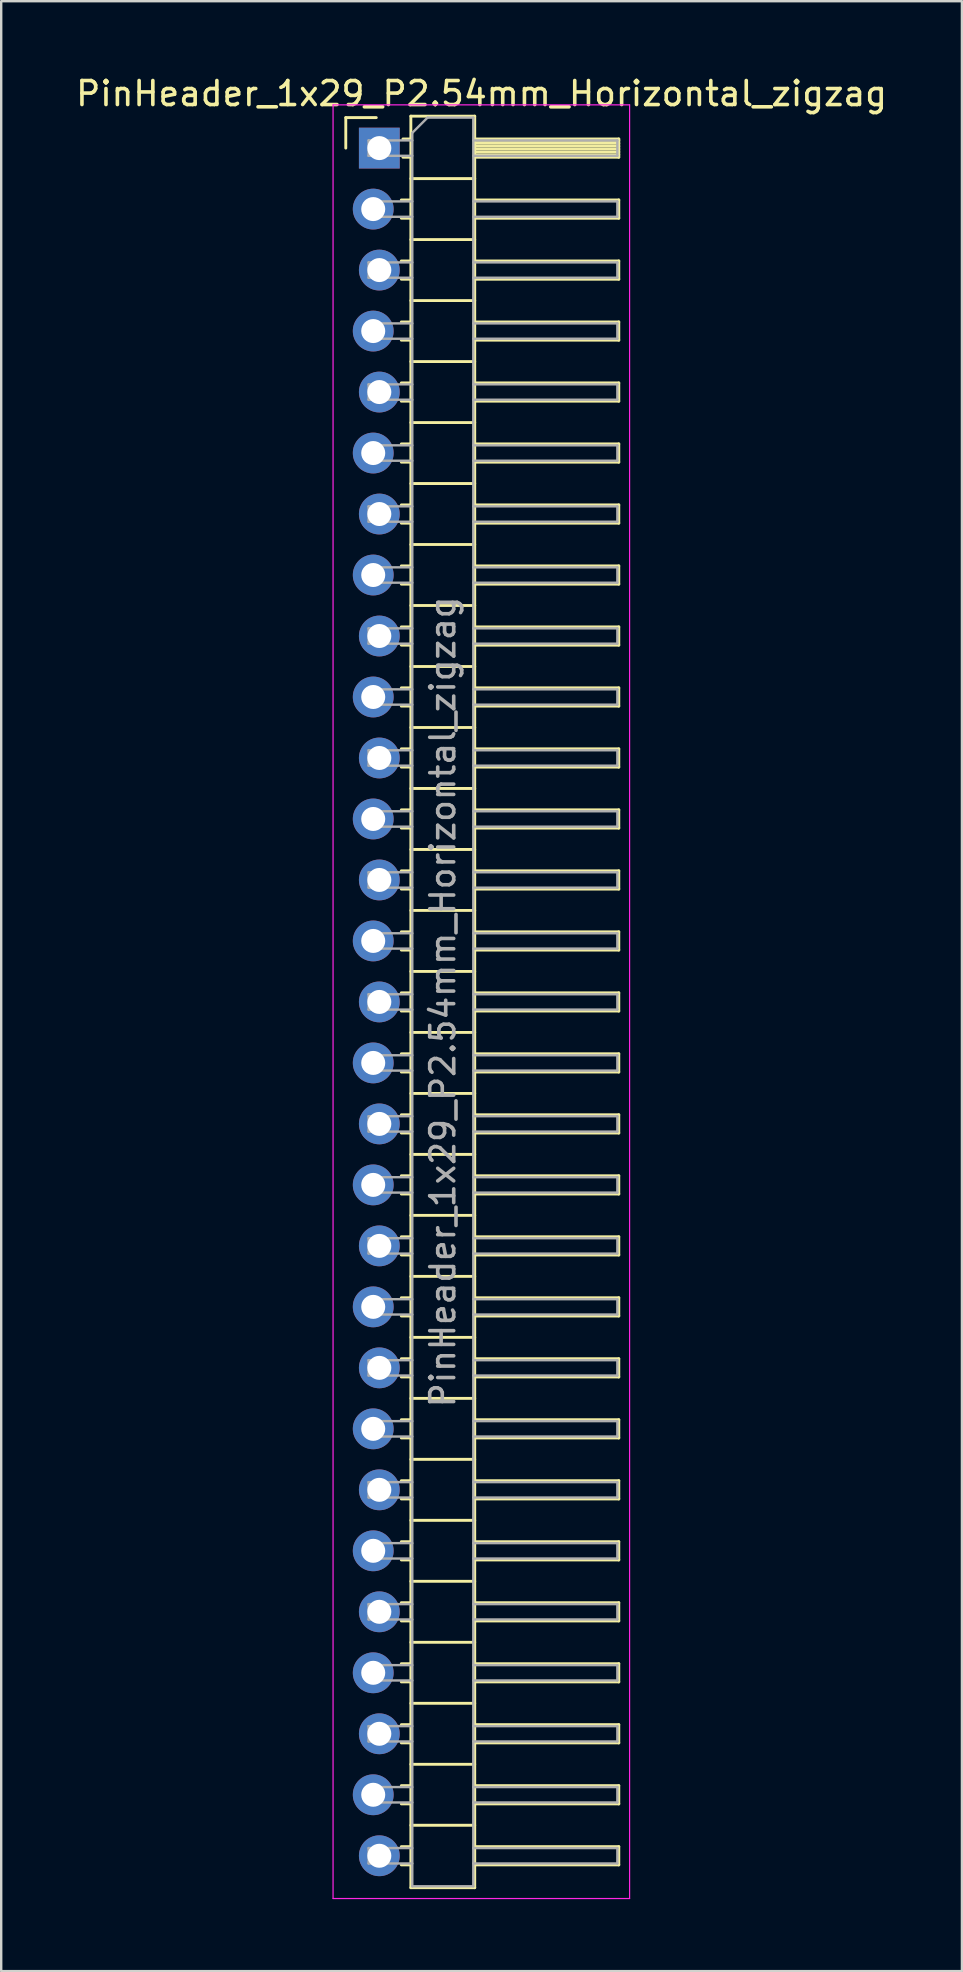
<source format=kicad_pcb>
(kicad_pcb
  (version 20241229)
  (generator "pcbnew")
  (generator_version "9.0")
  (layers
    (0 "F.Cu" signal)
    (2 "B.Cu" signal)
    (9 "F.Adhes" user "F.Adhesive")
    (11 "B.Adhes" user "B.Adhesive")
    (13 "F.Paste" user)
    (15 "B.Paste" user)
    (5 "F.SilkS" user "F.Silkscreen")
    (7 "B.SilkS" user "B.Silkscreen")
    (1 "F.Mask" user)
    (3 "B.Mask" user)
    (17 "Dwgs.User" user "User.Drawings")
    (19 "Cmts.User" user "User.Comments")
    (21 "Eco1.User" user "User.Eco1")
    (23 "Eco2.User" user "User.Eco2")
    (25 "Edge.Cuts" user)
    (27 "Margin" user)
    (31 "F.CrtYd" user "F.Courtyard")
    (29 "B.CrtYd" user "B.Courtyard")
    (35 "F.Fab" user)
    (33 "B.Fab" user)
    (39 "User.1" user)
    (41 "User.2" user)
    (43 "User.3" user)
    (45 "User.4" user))
  (footprint "PinHeader_1x29_P2.54mm_Horizontal_zigzag"
    (layer "F.Cu")
    (at 12.621 3.118)
    (property "Reference" "PinHeader_1x29_P2.54mm_Horizontal_zigzag" (at 4.385 -2.27 0) (layer "F.SilkS") (effects (font (size 1 1) (thickness 0.15))))
    (attr through_hole)
    (fp_line (start -1.27 -1.27) (end 0 -1.27) (stroke (width 0.12) (type solid)) (layer "F.SilkS"))
    (fp_line (start -1.27 0) (end -1.27 -1.27) (stroke (width 0.12) (type solid)) (layer "F.SilkS"))
    (fp_line (start 1.043 2.16) (end 1.44 2.16) (stroke (width 0.12) (type solid)) (layer "F.SilkS"))
    (fp_line (start 1.043 2.92) (end 1.44 2.92) (stroke (width 0.12) (type solid)) (layer "F.SilkS"))
    (fp_line (start 1.043 4.7) (end 1.44 4.7) (stroke (width 0.12) (type solid)) (layer "F.SilkS"))
    (fp_line (start 1.043 5.46) (end 1.44 5.46) (stroke (width 0.12) (type solid)) (layer "F.SilkS"))
    (fp_line (start 1.043 7.24) (end 1.44 7.24) (stroke (width 0.12) (type solid)) (layer "F.SilkS"))
    (fp_line (start 1.043 8) (end 1.44 8) (stroke (width 0.12) (type solid)) (layer "F.SilkS"))
    (fp_line (start 1.043 9.78) (end 1.44 9.78) (stroke (width 0.12) (type solid)) (layer "F.SilkS"))
    (fp_line (start 1.043 10.54) (end 1.44 10.54) (stroke (width 0.12) (type solid)) (layer "F.SilkS"))
    (fp_line (start 1.043 12.32) (end 1.44 12.32) (stroke (width 0.12) (type solid)) (layer "F.SilkS"))
    (fp_line (start 1.043 13.08) (end 1.44 13.08) (stroke (width 0.12) (type solid)) (layer "F.SilkS"))
    (fp_line (start 1.043 14.86) (end 1.44 14.86) (stroke (width 0.12) (type solid)) (layer "F.SilkS"))
    (fp_line (start 1.043 15.62) (end 1.44 15.62) (stroke (width 0.12) (type solid)) (layer "F.SilkS"))
    (fp_line (start 1.043 17.4) (end 1.44 17.4) (stroke (width 0.12) (type solid)) (layer "F.SilkS"))
    (fp_line (start 1.043 18.16) (end 1.44 18.16) (stroke (width 0.12) (type solid)) (layer "F.SilkS"))
    (fp_line (start 1.043 19.94) (end 1.44 19.94) (stroke (width 0.12) (type solid)) (layer "F.SilkS"))
    (fp_line (start 1.043 20.7) (end 1.44 20.7) (stroke (width 0.12) (type solid)) (layer "F.SilkS"))
    (fp_line (start 1.043 22.48) (end 1.44 22.48) (stroke (width 0.12) (type solid)) (layer "F.SilkS"))
    (fp_line (start 1.043 23.24) (end 1.44 23.24) (stroke (width 0.12) (type solid)) (layer "F.SilkS"))
    (fp_line (start 1.043 25.02) (end 1.44 25.02) (stroke (width 0.12) (type solid)) (layer "F.SilkS"))
    (fp_line (start 1.043 25.78) (end 1.44 25.78) (stroke (width 0.12) (type solid)) (layer "F.SilkS"))
    (fp_line (start 1.043 27.56) (end 1.44 27.56) (stroke (width 0.12) (type solid)) (layer "F.SilkS"))
    (fp_line (start 1.043 28.32) (end 1.44 28.32) (stroke (width 0.12) (type solid)) (layer "F.SilkS"))
    (fp_line (start 1.043 30.1) (end 1.44 30.1) (stroke (width 0.12) (type solid)) (layer "F.SilkS"))
    (fp_line (start 1.043 30.86) (end 1.44 30.86) (stroke (width 0.12) (type solid)) (layer "F.SilkS"))
    (fp_line (start 1.043 32.64) (end 1.44 32.64) (stroke (width 0.12) (type solid)) (layer "F.SilkS"))
    (fp_line (start 1.043 33.4) (end 1.44 33.4) (stroke (width 0.12) (type solid)) (layer "F.SilkS"))
    (fp_line (start 1.043 35.18) (end 1.44 35.18) (stroke (width 0.12) (type solid)) (layer "F.SilkS"))
    (fp_line (start 1.043 35.94) (end 1.44 35.94) (stroke (width 0.12) (type solid)) (layer "F.SilkS"))
    (fp_line (start 1.043 37.72) (end 1.44 37.72) (stroke (width 0.12) (type solid)) (layer "F.SilkS"))
    (fp_line (start 1.043 38.48) (end 1.44 38.48) (stroke (width 0.12) (type solid)) (layer "F.SilkS"))
    (fp_line (start 1.043 40.26) (end 1.44 40.26) (stroke (width 0.12) (type solid)) (layer "F.SilkS"))
    (fp_line (start 1.043 41.02) (end 1.44 41.02) (stroke (width 0.12) (type solid)) (layer "F.SilkS"))
    (fp_line (start 1.043 42.8) (end 1.44 42.8) (stroke (width 0.12) (type solid)) (layer "F.SilkS"))
    (fp_line (start 1.043 43.56) (end 1.44 43.56) (stroke (width 0.12) (type solid)) (layer "F.SilkS"))
    (fp_line (start 1.043 45.34) (end 1.44 45.34) (stroke (width 0.12) (type solid)) (layer "F.SilkS"))
    (fp_line (start 1.043 46.1) (end 1.44 46.1) (stroke (width 0.12) (type solid)) (layer "F.SilkS"))
    (fp_line (start 1.043 47.88) (end 1.44 47.88) (stroke (width 0.12) (type solid)) (layer "F.SilkS"))
    (fp_line (start 1.043 48.64) (end 1.44 48.64) (stroke (width 0.12) (type solid)) (layer "F.SilkS"))
    (fp_line (start 1.043 50.42) (end 1.44 50.42) (stroke (width 0.12) (type solid)) (layer "F.SilkS"))
    (fp_line (start 1.043 51.18) (end 1.44 51.18) (stroke (width 0.12) (type solid)) (layer "F.SilkS"))
    (fp_line (start 1.043 52.96) (end 1.44 52.96) (stroke (width 0.12) (type solid)) (layer "F.SilkS"))
    (fp_line (start 1.043 53.72) (end 1.44 53.72) (stroke (width 0.12) (type solid)) (layer "F.SilkS"))
    (fp_line (start 1.043 55.5) (end 1.44 55.5) (stroke (width 0.12) (type solid)) (layer "F.SilkS"))
    (fp_line (start 1.043 56.26) (end 1.44 56.26) (stroke (width 0.12) (type solid)) (layer "F.SilkS"))
    (fp_line (start 1.043 58.04) (end 1.44 58.04) (stroke (width 0.12) (type solid)) (layer "F.SilkS"))
    (fp_line (start 1.043 58.8) (end 1.44 58.8) (stroke (width 0.12) (type solid)) (layer "F.SilkS"))
    (fp_line (start 1.043 60.58) (end 1.44 60.58) (stroke (width 0.12) (type solid)) (layer "F.SilkS"))
    (fp_line (start 1.043 61.34) (end 1.44 61.34) (stroke (width 0.12) (type solid)) (layer "F.SilkS"))
    (fp_line (start 1.043 63.12) (end 1.44 63.12) (stroke (width 0.12) (type solid)) (layer "F.SilkS"))
    (fp_line (start 1.043 63.88) (end 1.44 63.88) (stroke (width 0.12) (type solid)) (layer "F.SilkS"))
    (fp_line (start 1.043 65.66) (end 1.44 65.66) (stroke (width 0.12) (type solid)) (layer "F.SilkS"))
    (fp_line (start 1.043 66.42) (end 1.44 66.42) (stroke (width 0.12) (type solid)) (layer "F.SilkS"))
    (fp_line (start 1.043 68.2) (end 1.44 68.2) (stroke (width 0.12) (type solid)) (layer "F.SilkS"))
    (fp_line (start 1.043 68.96) (end 1.44 68.96) (stroke (width 0.12) (type solid)) (layer "F.SilkS"))
    (fp_line (start 1.043 70.74) (end 1.44 70.74) (stroke (width 0.12) (type solid)) (layer "F.SilkS"))
    (fp_line (start 1.043 71.5) (end 1.44 71.5) (stroke (width 0.12) (type solid)) (layer "F.SilkS"))
    (fp_line (start 1.11 -0.38) (end 1.44 -0.38) (stroke (width 0.12) (type solid)) (layer "F.SilkS"))
    (fp_line (start 1.11 0.38) (end 1.44 0.38) (stroke (width 0.12) (type solid)) (layer "F.SilkS"))
    (fp_line (start 1.44 -1.33) (end 1.44 72.45) (stroke (width 0.12) (type solid)) (layer "F.SilkS"))
    (fp_line (start 1.44 1.27) (end 4.1 1.27) (stroke (width 0.12) (type solid)) (layer "F.SilkS"))
    (fp_line (start 1.44 3.81) (end 4.1 3.81) (stroke (width 0.12) (type solid)) (layer "F.SilkS"))
    (fp_line (start 1.44 6.35) (end 4.1 6.35) (stroke (width 0.12) (type solid)) (layer "F.SilkS"))
    (fp_line (start 1.44 8.89) (end 4.1 8.89) (stroke (width 0.12) (type solid)) (layer "F.SilkS"))
    (fp_line (start 1.44 11.43) (end 4.1 11.43) (stroke (width 0.12) (type solid)) (layer "F.SilkS"))
    (fp_line (start 1.44 13.97) (end 4.1 13.97) (stroke (width 0.12) (type solid)) (layer "F.SilkS"))
    (fp_line (start 1.44 16.51) (end 4.1 16.51) (stroke (width 0.12) (type solid)) (layer "F.SilkS"))
    (fp_line (start 1.44 19.05) (end 4.1 19.05) (stroke (width 0.12) (type solid)) (layer "F.SilkS"))
    (fp_line (start 1.44 21.59) (end 4.1 21.59) (stroke (width 0.12) (type solid)) (layer "F.SilkS"))
    (fp_line (start 1.44 24.13) (end 4.1 24.13) (stroke (width 0.12) (type solid)) (layer "F.SilkS"))
    (fp_line (start 1.44 26.67) (end 4.1 26.67) (stroke (width 0.12) (type solid)) (layer "F.SilkS"))
    (fp_line (start 1.44 29.21) (end 4.1 29.21) (stroke (width 0.12) (type solid)) (layer "F.SilkS"))
    (fp_line (start 1.44 31.75) (end 4.1 31.75) (stroke (width 0.12) (type solid)) (layer "F.SilkS"))
    (fp_line (start 1.44 34.29) (end 4.1 34.29) (stroke (width 0.12) (type solid)) (layer "F.SilkS"))
    (fp_line (start 1.44 36.83) (end 4.1 36.83) (stroke (width 0.12) (type solid)) (layer "F.SilkS"))
    (fp_line (start 1.44 39.37) (end 4.1 39.37) (stroke (width 0.12) (type solid)) (layer "F.SilkS"))
    (fp_line (start 1.44 41.91) (end 4.1 41.91) (stroke (width 0.12) (type solid)) (layer "F.SilkS"))
    (fp_line (start 1.44 44.45) (end 4.1 44.45) (stroke (width 0.12) (type solid)) (layer "F.SilkS"))
    (fp_line (start 1.44 46.99) (end 4.1 46.99) (stroke (width 0.12) (type solid)) (layer "F.SilkS"))
    (fp_line (start 1.44 49.53) (end 4.1 49.53) (stroke (width 0.12) (type solid)) (layer "F.SilkS"))
    (fp_line (start 1.44 52.07) (end 4.1 52.07) (stroke (width 0.12) (type solid)) (layer "F.SilkS"))
    (fp_line (start 1.44 54.61) (end 4.1 54.61) (stroke (width 0.12) (type solid)) (layer "F.SilkS"))
    (fp_line (start 1.44 57.15) (end 4.1 57.15) (stroke (width 0.12) (type solid)) (layer "F.SilkS"))
    (fp_line (start 1.44 59.69) (end 4.1 59.69) (stroke (width 0.12) (type solid)) (layer "F.SilkS"))
    (fp_line (start 1.44 62.23) (end 4.1 62.23) (stroke (width 0.12) (type solid)) (layer "F.SilkS"))
    (fp_line (start 1.44 64.77) (end 4.1 64.77) (stroke (width 0.12) (type solid)) (layer "F.SilkS"))
    (fp_line (start 1.44 67.31) (end 4.1 67.31) (stroke (width 0.12) (type solid)) (layer "F.SilkS"))
    (fp_line (start 1.44 69.85) (end 4.1 69.85) (stroke (width 0.12) (type solid)) (layer "F.SilkS"))
    (fp_line (start 1.44 72.45) (end 4.1 72.45) (stroke (width 0.12) (type solid)) (layer "F.SilkS"))
    (fp_line (start 4.1 -1.33) (end 1.44 -1.33) (stroke (width 0.12) (type solid)) (layer "F.SilkS"))
    (fp_line (start 4.1 -0.38) (end 10.1 -0.38) (stroke (width 0.12) (type solid)) (layer "F.SilkS"))
    (fp_line (start 4.1 -0.32) (end 10.1 -0.32) (stroke (width 0.12) (type solid)) (layer "F.SilkS"))
    (fp_line (start 4.1 -0.2) (end 10.1 -0.2) (stroke (width 0.12) (type solid)) (layer "F.SilkS"))
    (fp_line (start 4.1 -0.08) (end 10.1 -0.08) (stroke (width 0.12) (type solid)) (layer "F.SilkS"))
    (fp_line (start 4.1 0.04) (end 10.1 0.04) (stroke (width 0.12) (type solid)) (layer "F.SilkS"))
    (fp_line (start 4.1 0.16) (end 10.1 0.16) (stroke (width 0.12) (type solid)) (layer "F.SilkS"))
    (fp_line (start 4.1 0.28) (end 10.1 0.28) (stroke (width 0.12) (type solid)) (layer "F.SilkS"))
    (fp_line (start 4.1 2.16) (end 10.1 2.16) (stroke (width 0.12) (type solid)) (layer "F.SilkS"))
    (fp_line (start 4.1 4.7) (end 10.1 4.7) (stroke (width 0.12) (type solid)) (layer "F.SilkS"))
    (fp_line (start 4.1 7.24) (end 10.1 7.24) (stroke (width 0.12) (type solid)) (layer "F.SilkS"))
    (fp_line (start 4.1 9.78) (end 10.1 9.78) (stroke (width 0.12) (type solid)) (layer "F.SilkS"))
    (fp_line (start 4.1 12.32) (end 10.1 12.32) (stroke (width 0.12) (type solid)) (layer "F.SilkS"))
    (fp_line (start 4.1 14.86) (end 10.1 14.86) (stroke (width 0.12) (type solid)) (layer "F.SilkS"))
    (fp_line (start 4.1 17.4) (end 10.1 17.4) (stroke (width 0.12) (type solid)) (layer "F.SilkS"))
    (fp_line (start 4.1 19.94) (end 10.1 19.94) (stroke (width 0.12) (type solid)) (layer "F.SilkS"))
    (fp_line (start 4.1 22.48) (end 10.1 22.48) (stroke (width 0.12) (type solid)) (layer "F.SilkS"))
    (fp_line (start 4.1 25.02) (end 10.1 25.02) (stroke (width 0.12) (type solid)) (layer "F.SilkS"))
    (fp_line (start 4.1 27.56) (end 10.1 27.56) (stroke (width 0.12) (type solid)) (layer "F.SilkS"))
    (fp_line (start 4.1 30.1) (end 10.1 30.1) (stroke (width 0.12) (type solid)) (layer "F.SilkS"))
    (fp_line (start 4.1 32.64) (end 10.1 32.64) (stroke (width 0.12) (type solid)) (layer "F.SilkS"))
    (fp_line (start 4.1 35.18) (end 10.1 35.18) (stroke (width 0.12) (type solid)) (layer "F.SilkS"))
    (fp_line (start 4.1 37.72) (end 10.1 37.72) (stroke (width 0.12) (type solid)) (layer "F.SilkS"))
    (fp_line (start 4.1 40.26) (end 10.1 40.26) (stroke (width 0.12) (type solid)) (layer "F.SilkS"))
    (fp_line (start 4.1 42.8) (end 10.1 42.8) (stroke (width 0.12) (type solid)) (layer "F.SilkS"))
    (fp_line (start 4.1 45.34) (end 10.1 45.34) (stroke (width 0.12) (type solid)) (layer "F.SilkS"))
    (fp_line (start 4.1 47.88) (end 10.1 47.88) (stroke (width 0.12) (type solid)) (layer "F.SilkS"))
    (fp_line (start 4.1 50.42) (end 10.1 50.42) (stroke (width 0.12) (type solid)) (layer "F.SilkS"))
    (fp_line (start 4.1 52.96) (end 10.1 52.96) (stroke (width 0.12) (type solid)) (layer "F.SilkS"))
    (fp_line (start 4.1 55.5) (end 10.1 55.5) (stroke (width 0.12) (type solid)) (layer "F.SilkS"))
    (fp_line (start 4.1 58.04) (end 10.1 58.04) (stroke (width 0.12) (type solid)) (layer "F.SilkS"))
    (fp_line (start 4.1 60.58) (end 10.1 60.58) (stroke (width 0.12) (type solid)) (layer "F.SilkS"))
    (fp_line (start 4.1 63.12) (end 10.1 63.12) (stroke (width 0.12) (type solid)) (layer "F.SilkS"))
    (fp_line (start 4.1 65.66) (end 10.1 65.66) (stroke (width 0.12) (type solid)) (layer "F.SilkS"))
    (fp_line (start 4.1 68.2) (end 10.1 68.2) (stroke (width 0.12) (type solid)) (layer "F.SilkS"))
    (fp_line (start 4.1 70.74) (end 10.1 70.74) (stroke (width 0.12) (type solid)) (layer "F.SilkS"))
    (fp_line (start 4.1 72.45) (end 4.1 -1.33) (stroke (width 0.12) (type solid)) (layer "F.SilkS"))
    (fp_line (start 10.1 -0.38) (end 10.1 0.38) (stroke (width 0.12) (type solid)) (layer "F.SilkS"))
    (fp_line (start 10.1 0.38) (end 4.1 0.38) (stroke (width 0.12) (type solid)) (layer "F.SilkS"))
    (fp_line (start 10.1 2.16) (end 10.1 2.92) (stroke (width 0.12) (type solid)) (layer "F.SilkS"))
    (fp_line (start 10.1 2.92) (end 4.1 2.92) (stroke (width 0.12) (type solid)) (layer "F.SilkS"))
    (fp_line (start 10.1 4.7) (end 10.1 5.46) (stroke (width 0.12) (type solid)) (layer "F.SilkS"))
    (fp_line (start 10.1 5.46) (end 4.1 5.46) (stroke (width 0.12) (type solid)) (layer "F.SilkS"))
    (fp_line (start 10.1 7.24) (end 10.1 8) (stroke (width 0.12) (type solid)) (layer "F.SilkS"))
    (fp_line (start 10.1 8) (end 4.1 8) (stroke (width 0.12) (type solid)) (layer "F.SilkS"))
    (fp_line (start 10.1 9.78) (end 10.1 10.54) (stroke (width 0.12) (type solid)) (layer "F.SilkS"))
    (fp_line (start 10.1 10.54) (end 4.1 10.54) (stroke (width 0.12) (type solid)) (layer "F.SilkS"))
    (fp_line (start 10.1 12.32) (end 10.1 13.08) (stroke (width 0.12) (type solid)) (layer "F.SilkS"))
    (fp_line (start 10.1 13.08) (end 4.1 13.08) (stroke (width 0.12) (type solid)) (layer "F.SilkS"))
    (fp_line (start 10.1 14.86) (end 10.1 15.62) (stroke (width 0.12) (type solid)) (layer "F.SilkS"))
    (fp_line (start 10.1 15.62) (end 4.1 15.62) (stroke (width 0.12) (type solid)) (layer "F.SilkS"))
    (fp_line (start 10.1 17.4) (end 10.1 18.16) (stroke (width 0.12) (type solid)) (layer "F.SilkS"))
    (fp_line (start 10.1 18.16) (end 4.1 18.16) (stroke (width 0.12) (type solid)) (layer "F.SilkS"))
    (fp_line (start 10.1 19.94) (end 10.1 20.7) (stroke (width 0.12) (type solid)) (layer "F.SilkS"))
    (fp_line (start 10.1 20.7) (end 4.1 20.7) (stroke (width 0.12) (type solid)) (layer "F.SilkS"))
    (fp_line (start 10.1 22.48) (end 10.1 23.24) (stroke (width 0.12) (type solid)) (layer "F.SilkS"))
    (fp_line (start 10.1 23.24) (end 4.1 23.24) (stroke (width 0.12) (type solid)) (layer "F.SilkS"))
    (fp_line (start 10.1 25.02) (end 10.1 25.78) (stroke (width 0.12) (type solid)) (layer "F.SilkS"))
    (fp_line (start 10.1 25.78) (end 4.1 25.78) (stroke (width 0.12) (type solid)) (layer "F.SilkS"))
    (fp_line (start 10.1 27.56) (end 10.1 28.32) (stroke (width 0.12) (type solid)) (layer "F.SilkS"))
    (fp_line (start 10.1 28.32) (end 4.1 28.32) (stroke (width 0.12) (type solid)) (layer "F.SilkS"))
    (fp_line (start 10.1 30.1) (end 10.1 30.86) (stroke (width 0.12) (type solid)) (layer "F.SilkS"))
    (fp_line (start 10.1 30.86) (end 4.1 30.86) (stroke (width 0.12) (type solid)) (layer "F.SilkS"))
    (fp_line (start 10.1 32.64) (end 10.1 33.4) (stroke (width 0.12) (type solid)) (layer "F.SilkS"))
    (fp_line (start 10.1 33.4) (end 4.1 33.4) (stroke (width 0.12) (type solid)) (layer "F.SilkS"))
    (fp_line (start 10.1 35.18) (end 10.1 35.94) (stroke (width 0.12) (type solid)) (layer "F.SilkS"))
    (fp_line (start 10.1 35.94) (end 4.1 35.94) (stroke (width 0.12) (type solid)) (layer "F.SilkS"))
    (fp_line (start 10.1 37.72) (end 10.1 38.48) (stroke (width 0.12) (type solid)) (layer "F.SilkS"))
    (fp_line (start 10.1 38.48) (end 4.1 38.48) (stroke (width 0.12) (type solid)) (layer "F.SilkS"))
    (fp_line (start 10.1 40.26) (end 10.1 41.02) (stroke (width 0.12) (type solid)) (layer "F.SilkS"))
    (fp_line (start 10.1 41.02) (end 4.1 41.02) (stroke (width 0.12) (type solid)) (layer "F.SilkS"))
    (fp_line (start 10.1 42.8) (end 10.1 43.56) (stroke (width 0.12) (type solid)) (layer "F.SilkS"))
    (fp_line (start 10.1 43.56) (end 4.1 43.56) (stroke (width 0.12) (type solid)) (layer "F.SilkS"))
    (fp_line (start 10.1 45.34) (end 10.1 46.1) (stroke (width 0.12) (type solid)) (layer "F.SilkS"))
    (fp_line (start 10.1 46.1) (end 4.1 46.1) (stroke (width 0.12) (type solid)) (layer "F.SilkS"))
    (fp_line (start 10.1 47.88) (end 10.1 48.64) (stroke (width 0.12) (type solid)) (layer "F.SilkS"))
    (fp_line (start 10.1 48.64) (end 4.1 48.64) (stroke (width 0.12) (type solid)) (layer "F.SilkS"))
    (fp_line (start 10.1 50.42) (end 10.1 51.18) (stroke (width 0.12) (type solid)) (layer "F.SilkS"))
    (fp_line (start 10.1 51.18) (end 4.1 51.18) (stroke (width 0.12) (type solid)) (layer "F.SilkS"))
    (fp_line (start 10.1 52.96) (end 10.1 53.72) (stroke (width 0.12) (type solid)) (layer "F.SilkS"))
    (fp_line (start 10.1 53.72) (end 4.1 53.72) (stroke (width 0.12) (type solid)) (layer "F.SilkS"))
    (fp_line (start 10.1 55.5) (end 10.1 56.26) (stroke (width 0.12) (type solid)) (layer "F.SilkS"))
    (fp_line (start 10.1 56.26) (end 4.1 56.26) (stroke (width 0.12) (type solid)) (layer "F.SilkS"))
    (fp_line (start 10.1 58.04) (end 10.1 58.8) (stroke (width 0.12) (type solid)) (layer "F.SilkS"))
    (fp_line (start 10.1 58.8) (end 4.1 58.8) (stroke (width 0.12) (type solid)) (layer "F.SilkS"))
    (fp_line (start 10.1 60.58) (end 10.1 61.34) (stroke (width 0.12) (type solid)) (layer "F.SilkS"))
    (fp_line (start 10.1 61.34) (end 4.1 61.34) (stroke (width 0.12) (type solid)) (layer "F.SilkS"))
    (fp_line (start 10.1 63.12) (end 10.1 63.88) (stroke (width 0.12) (type solid)) (layer "F.SilkS"))
    (fp_line (start 10.1 63.88) (end 4.1 63.88) (stroke (width 0.12) (type solid)) (layer "F.SilkS"))
    (fp_line (start 10.1 65.66) (end 10.1 66.42) (stroke (width 0.12) (type solid)) (layer "F.SilkS"))
    (fp_line (start 10.1 66.42) (end 4.1 66.42) (stroke (width 0.12) (type solid)) (layer "F.SilkS"))
    (fp_line (start 10.1 68.2) (end 10.1 68.96) (stroke (width 0.12) (type solid)) (layer "F.SilkS"))
    (fp_line (start 10.1 68.96) (end 4.1 68.96) (stroke (width 0.12) (type solid)) (layer "F.SilkS"))
    (fp_line (start 10.1 70.74) (end 10.1 71.5) (stroke (width 0.12) (type solid)) (layer "F.SilkS"))
    (fp_line (start 10.1 71.5) (end 4.1 71.5) (stroke (width 0.12) (type solid)) (layer "F.SilkS"))
    (fp_line (start -1.8 -1.8) (end -1.8 72.9) (stroke (width 0.05) (type solid)) (layer "F.CrtYd"))
    (fp_line (start -1.8 72.9) (end 10.55 72.9) (stroke (width 0.05) (type solid)) (layer "F.CrtYd"))
    (fp_line (start 10.55 -1.8) (end -1.8 -1.8) (stroke (width 0.05) (type solid)) (layer "F.CrtYd"))
    (fp_line (start 10.55 72.9) (end 10.55 -1.8) (stroke (width 0.05) (type solid)) (layer "F.CrtYd"))
    (fp_line (start -0.32 -0.32) (end -0.32 0.32) (stroke (width 0.1) (type solid)) (layer "F.Fab"))
    (fp_line (start -0.32 -0.32) (end 1.5 -0.32) (stroke (width 0.1) (type solid)) (layer "F.Fab"))
    (fp_line (start -0.32 0.32) (end 1.5 0.32) (stroke (width 0.1) (type solid)) (layer "F.Fab"))
    (fp_line (start -0.32 2.22) (end -0.32 2.86) (stroke (width 0.1) (type solid)) (layer "F.Fab"))
    (fp_line (start -0.32 2.22) (end 1.5 2.22) (stroke (width 0.1) (type solid)) (layer "F.Fab"))
    (fp_line (start -0.32 2.86) (end 1.5 2.86) (stroke (width 0.1) (type solid)) (layer "F.Fab"))
    (fp_line (start -0.32 4.76) (end -0.32 5.4) (stroke (width 0.1) (type solid)) (layer "F.Fab"))
    (fp_line (start -0.32 4.76) (end 1.5 4.76) (stroke (width 0.1) (type solid)) (layer "F.Fab"))
    (fp_line (start -0.32 5.4) (end 1.5 5.4) (stroke (width 0.1) (type solid)) (layer "F.Fab"))
    (fp_line (start -0.32 7.3) (end -0.32 7.94) (stroke (width 0.1) (type solid)) (layer "F.Fab"))
    (fp_line (start -0.32 7.3) (end 1.5 7.3) (stroke (width 0.1) (type solid)) (layer "F.Fab"))
    (fp_line (start -0.32 7.94) (end 1.5 7.94) (stroke (width 0.1) (type solid)) (layer "F.Fab"))
    (fp_line (start -0.32 9.84) (end -0.32 10.48) (stroke (width 0.1) (type solid)) (layer "F.Fab"))
    (fp_line (start -0.32 9.84) (end 1.5 9.84) (stroke (width 0.1) (type solid)) (layer "F.Fab"))
    (fp_line (start -0.32 10.48) (end 1.5 10.48) (stroke (width 0.1) (type solid)) (layer "F.Fab"))
    (fp_line (start -0.32 12.38) (end -0.32 13.02) (stroke (width 0.1) (type solid)) (layer "F.Fab"))
    (fp_line (start -0.32 12.38) (end 1.5 12.38) (stroke (width 0.1) (type solid)) (layer "F.Fab"))
    (fp_line (start -0.32 13.02) (end 1.5 13.02) (stroke (width 0.1) (type solid)) (layer "F.Fab"))
    (fp_line (start -0.32 14.92) (end -0.32 15.56) (stroke (width 0.1) (type solid)) (layer "F.Fab"))
    (fp_line (start -0.32 14.92) (end 1.5 14.92) (stroke (width 0.1) (type solid)) (layer "F.Fab"))
    (fp_line (start -0.32 15.56) (end 1.5 15.56) (stroke (width 0.1) (type solid)) (layer "F.Fab"))
    (fp_line (start -0.32 17.46) (end -0.32 18.1) (stroke (width 0.1) (type solid)) (layer "F.Fab"))
    (fp_line (start -0.32 17.46) (end 1.5 17.46) (stroke (width 0.1) (type solid)) (layer "F.Fab"))
    (fp_line (start -0.32 18.1) (end 1.5 18.1) (stroke (width 0.1) (type solid)) (layer "F.Fab"))
    (fp_line (start -0.32 20) (end -0.32 20.64) (stroke (width 0.1) (type solid)) (layer "F.Fab"))
    (fp_line (start -0.32 20) (end 1.5 20) (stroke (width 0.1) (type solid)) (layer "F.Fab"))
    (fp_line (start -0.32 20.64) (end 1.5 20.64) (stroke (width 0.1) (type solid)) (layer "F.Fab"))
    (fp_line (start -0.32 22.54) (end -0.32 23.18) (stroke (width 0.1) (type solid)) (layer "F.Fab"))
    (fp_line (start -0.32 22.54) (end 1.5 22.54) (stroke (width 0.1) (type solid)) (layer "F.Fab"))
    (fp_line (start -0.32 23.18) (end 1.5 23.18) (stroke (width 0.1) (type solid)) (layer "F.Fab"))
    (fp_line (start -0.32 25.08) (end -0.32 25.72) (stroke (width 0.1) (type solid)) (layer "F.Fab"))
    (fp_line (start -0.32 25.08) (end 1.5 25.08) (stroke (width 0.1) (type solid)) (layer "F.Fab"))
    (fp_line (start -0.32 25.72) (end 1.5 25.72) (stroke (width 0.1) (type solid)) (layer "F.Fab"))
    (fp_line (start -0.32 27.62) (end -0.32 28.26) (stroke (width 0.1) (type solid)) (layer "F.Fab"))
    (fp_line (start -0.32 27.62) (end 1.5 27.62) (stroke (width 0.1) (type solid)) (layer "F.Fab"))
    (fp_line (start -0.32 28.26) (end 1.5 28.26) (stroke (width 0.1) (type solid)) (layer "F.Fab"))
    (fp_line (start -0.32 30.16) (end -0.32 30.8) (stroke (width 0.1) (type solid)) (layer "F.Fab"))
    (fp_line (start -0.32 30.16) (end 1.5 30.16) (stroke (width 0.1) (type solid)) (layer "F.Fab"))
    (fp_line (start -0.32 30.8) (end 1.5 30.8) (stroke (width 0.1) (type solid)) (layer "F.Fab"))
    (fp_line (start -0.32 32.7) (end -0.32 33.34) (stroke (width 0.1) (type solid)) (layer "F.Fab"))
    (fp_line (start -0.32 32.7) (end 1.5 32.7) (stroke (width 0.1) (type solid)) (layer "F.Fab"))
    (fp_line (start -0.32 33.34) (end 1.5 33.34) (stroke (width 0.1) (type solid)) (layer "F.Fab"))
    (fp_line (start -0.32 35.24) (end -0.32 35.88) (stroke (width 0.1) (type solid)) (layer "F.Fab"))
    (fp_line (start -0.32 35.24) (end 1.5 35.24) (stroke (width 0.1) (type solid)) (layer "F.Fab"))
    (fp_line (start -0.32 35.88) (end 1.5 35.88) (stroke (width 0.1) (type solid)) (layer "F.Fab"))
    (fp_line (start -0.32 37.78) (end -0.32 38.42) (stroke (width 0.1) (type solid)) (layer "F.Fab"))
    (fp_line (start -0.32 37.78) (end 1.5 37.78) (stroke (width 0.1) (type solid)) (layer "F.Fab"))
    (fp_line (start -0.32 38.42) (end 1.5 38.42) (stroke (width 0.1) (type solid)) (layer "F.Fab"))
    (fp_line (start -0.32 40.32) (end -0.32 40.96) (stroke (width 0.1) (type solid)) (layer "F.Fab"))
    (fp_line (start -0.32 40.32) (end 1.5 40.32) (stroke (width 0.1) (type solid)) (layer "F.Fab"))
    (fp_line (start -0.32 40.96) (end 1.5 40.96) (stroke (width 0.1) (type solid)) (layer "F.Fab"))
    (fp_line (start -0.32 42.86) (end -0.32 43.5) (stroke (width 0.1) (type solid)) (layer "F.Fab"))
    (fp_line (start -0.32 42.86) (end 1.5 42.86) (stroke (width 0.1) (type solid)) (layer "F.Fab"))
    (fp_line (start -0.32 43.5) (end 1.5 43.5) (stroke (width 0.1) (type solid)) (layer "F.Fab"))
    (fp_line (start -0.32 45.4) (end -0.32 46.04) (stroke (width 0.1) (type solid)) (layer "F.Fab"))
    (fp_line (start -0.32 45.4) (end 1.5 45.4) (stroke (width 0.1) (type solid)) (layer "F.Fab"))
    (fp_line (start -0.32 46.04) (end 1.5 46.04) (stroke (width 0.1) (type solid)) (layer "F.Fab"))
    (fp_line (start -0.32 47.94) (end -0.32 48.58) (stroke (width 0.1) (type solid)) (layer "F.Fab"))
    (fp_line (start -0.32 47.94) (end 1.5 47.94) (stroke (width 0.1) (type solid)) (layer "F.Fab"))
    (fp_line (start -0.32 48.58) (end 1.5 48.58) (stroke (width 0.1) (type solid)) (layer "F.Fab"))
    (fp_line (start -0.32 50.48) (end -0.32 51.12) (stroke (width 0.1) (type solid)) (layer "F.Fab"))
    (fp_line (start -0.32 50.48) (end 1.5 50.48) (stroke (width 0.1) (type solid)) (layer "F.Fab"))
    (fp_line (start -0.32 51.12) (end 1.5 51.12) (stroke (width 0.1) (type solid)) (layer "F.Fab"))
    (fp_line (start -0.32 53.02) (end -0.32 53.66) (stroke (width 0.1) (type solid)) (layer "F.Fab"))
    (fp_line (start -0.32 53.02) (end 1.5 53.02) (stroke (width 0.1) (type solid)) (layer "F.Fab"))
    (fp_line (start -0.32 53.66) (end 1.5 53.66) (stroke (width 0.1) (type solid)) (layer "F.Fab"))
    (fp_line (start -0.32 55.56) (end -0.32 56.2) (stroke (width 0.1) (type solid)) (layer "F.Fab"))
    (fp_line (start -0.32 55.56) (end 1.5 55.56) (stroke (width 0.1) (type solid)) (layer "F.Fab"))
    (fp_line (start -0.32 56.2) (end 1.5 56.2) (stroke (width 0.1) (type solid)) (layer "F.Fab"))
    (fp_line (start -0.32 58.1) (end -0.32 58.74) (stroke (width 0.1) (type solid)) (layer "F.Fab"))
    (fp_line (start -0.32 58.1) (end 1.5 58.1) (stroke (width 0.1) (type solid)) (layer "F.Fab"))
    (fp_line (start -0.32 58.74) (end 1.5 58.74) (stroke (width 0.1) (type solid)) (layer "F.Fab"))
    (fp_line (start -0.32 60.64) (end -0.32 61.28) (stroke (width 0.1) (type solid)) (layer "F.Fab"))
    (fp_line (start -0.32 60.64) (end 1.5 60.64) (stroke (width 0.1) (type solid)) (layer "F.Fab"))
    (fp_line (start -0.32 61.28) (end 1.5 61.28) (stroke (width 0.1) (type solid)) (layer "F.Fab"))
    (fp_line (start -0.32 63.18) (end -0.32 63.82) (stroke (width 0.1) (type solid)) (layer "F.Fab"))
    (fp_line (start -0.32 63.18) (end 1.5 63.18) (stroke (width 0.1) (type solid)) (layer "F.Fab"))
    (fp_line (start -0.32 63.82) (end 1.5 63.82) (stroke (width 0.1) (type solid)) (layer "F.Fab"))
    (fp_line (start -0.32 65.72) (end -0.32 66.36) (stroke (width 0.1) (type solid)) (layer "F.Fab"))
    (fp_line (start -0.32 65.72) (end 1.5 65.72) (stroke (width 0.1) (type solid)) (layer "F.Fab"))
    (fp_line (start -0.32 66.36) (end 1.5 66.36) (stroke (width 0.1) (type solid)) (layer "F.Fab"))
    (fp_line (start -0.32 68.26) (end -0.32 68.9) (stroke (width 0.1) (type solid)) (layer "F.Fab"))
    (fp_line (start -0.32 68.26) (end 1.5 68.26) (stroke (width 0.1) (type solid)) (layer "F.Fab"))
    (fp_line (start -0.32 68.9) (end 1.5 68.9) (stroke (width 0.1) (type solid)) (layer "F.Fab"))
    (fp_line (start -0.32 70.8) (end -0.32 71.44) (stroke (width 0.1) (type solid)) (layer "F.Fab"))
    (fp_line (start -0.32 70.8) (end 1.5 70.8) (stroke (width 0.1) (type solid)) (layer "F.Fab"))
    (fp_line (start -0.32 71.44) (end 1.5 71.44) (stroke (width 0.1) (type solid)) (layer "F.Fab"))
    (fp_line (start 1.5 -0.635) (end 2.135 -1.27) (stroke (width 0.1) (type solid)) (layer "F.Fab"))
    (fp_line (start 1.5 72.39) (end 1.5 -0.635) (stroke (width 0.1) (type solid)) (layer "F.Fab"))
    (fp_line (start 2.135 -1.27) (end 4.04 -1.27) (stroke (width 0.1) (type solid)) (layer "F.Fab"))
    (fp_line (start 4.04 -1.27) (end 4.04 72.39) (stroke (width 0.1) (type solid)) (layer "F.Fab"))
    (fp_line (start 4.04 -0.32) (end 10.04 -0.32) (stroke (width 0.1) (type solid)) (layer "F.Fab"))
    (fp_line (start 4.04 0.32) (end 10.04 0.32) (stroke (width 0.1) (type solid)) (layer "F.Fab"))
    (fp_line (start 4.04 2.22) (end 10.04 2.22) (stroke (width 0.1) (type solid)) (layer "F.Fab"))
    (fp_line (start 4.04 2.86) (end 10.04 2.86) (stroke (width 0.1) (type solid)) (layer "F.Fab"))
    (fp_line (start 4.04 4.76) (end 10.04 4.76) (stroke (width 0.1) (type solid)) (layer "F.Fab"))
    (fp_line (start 4.04 5.4) (end 10.04 5.4) (stroke (width 0.1) (type solid)) (layer "F.Fab"))
    (fp_line (start 4.04 7.3) (end 10.04 7.3) (stroke (width 0.1) (type solid)) (layer "F.Fab"))
    (fp_line (start 4.04 7.94) (end 10.04 7.94) (stroke (width 0.1) (type solid)) (layer "F.Fab"))
    (fp_line (start 4.04 9.84) (end 10.04 9.84) (stroke (width 0.1) (type solid)) (layer "F.Fab"))
    (fp_line (start 4.04 10.48) (end 10.04 10.48) (stroke (width 0.1) (type solid)) (layer "F.Fab"))
    (fp_line (start 4.04 12.38) (end 10.04 12.38) (stroke (width 0.1) (type solid)) (layer "F.Fab"))
    (fp_line (start 4.04 13.02) (end 10.04 13.02) (stroke (width 0.1) (type solid)) (layer "F.Fab"))
    (fp_line (start 4.04 14.92) (end 10.04 14.92) (stroke (width 0.1) (type solid)) (layer "F.Fab"))
    (fp_line (start 4.04 15.56) (end 10.04 15.56) (stroke (width 0.1) (type solid)) (layer "F.Fab"))
    (fp_line (start 4.04 17.46) (end 10.04 17.46) (stroke (width 0.1) (type solid)) (layer "F.Fab"))
    (fp_line (start 4.04 18.1) (end 10.04 18.1) (stroke (width 0.1) (type solid)) (layer "F.Fab"))
    (fp_line (start 4.04 20) (end 10.04 20) (stroke (width 0.1) (type solid)) (layer "F.Fab"))
    (fp_line (start 4.04 20.64) (end 10.04 20.64) (stroke (width 0.1) (type solid)) (layer "F.Fab"))
    (fp_line (start 4.04 22.54) (end 10.04 22.54) (stroke (width 0.1) (type solid)) (layer "F.Fab"))
    (fp_line (start 4.04 23.18) (end 10.04 23.18) (stroke (width 0.1) (type solid)) (layer "F.Fab"))
    (fp_line (start 4.04 25.08) (end 10.04 25.08) (stroke (width 0.1) (type solid)) (layer "F.Fab"))
    (fp_line (start 4.04 25.72) (end 10.04 25.72) (stroke (width 0.1) (type solid)) (layer "F.Fab"))
    (fp_line (start 4.04 27.62) (end 10.04 27.62) (stroke (width 0.1) (type solid)) (layer "F.Fab"))
    (fp_line (start 4.04 28.26) (end 10.04 28.26) (stroke (width 0.1) (type solid)) (layer "F.Fab"))
    (fp_line (start 4.04 30.16) (end 10.04 30.16) (stroke (width 0.1) (type solid)) (layer "F.Fab"))
    (fp_line (start 4.04 30.8) (end 10.04 30.8) (stroke (width 0.1) (type solid)) (layer "F.Fab"))
    (fp_line (start 4.04 32.7) (end 10.04 32.7) (stroke (width 0.1) (type solid)) (layer "F.Fab"))
    (fp_line (start 4.04 33.34) (end 10.04 33.34) (stroke (width 0.1) (type solid)) (layer "F.Fab"))
    (fp_line (start 4.04 35.24) (end 10.04 35.24) (stroke (width 0.1) (type solid)) (layer "F.Fab"))
    (fp_line (start 4.04 35.88) (end 10.04 35.88) (stroke (width 0.1) (type solid)) (layer "F.Fab"))
    (fp_line (start 4.04 37.78) (end 10.04 37.78) (stroke (width 0.1) (type solid)) (layer "F.Fab"))
    (fp_line (start 4.04 38.42) (end 10.04 38.42) (stroke (width 0.1) (type solid)) (layer "F.Fab"))
    (fp_line (start 4.04 40.32) (end 10.04 40.32) (stroke (width 0.1) (type solid)) (layer "F.Fab"))
    (fp_line (start 4.04 40.96) (end 10.04 40.96) (stroke (width 0.1) (type solid)) (layer "F.Fab"))
    (fp_line (start 4.04 42.86) (end 10.04 42.86) (stroke (width 0.1) (type solid)) (layer "F.Fab"))
    (fp_line (start 4.04 43.5) (end 10.04 43.5) (stroke (width 0.1) (type solid)) (layer "F.Fab"))
    (fp_line (start 4.04 45.4) (end 10.04 45.4) (stroke (width 0.1) (type solid)) (layer "F.Fab"))
    (fp_line (start 4.04 46.04) (end 10.04 46.04) (stroke (width 0.1) (type solid)) (layer "F.Fab"))
    (fp_line (start 4.04 47.94) (end 10.04 47.94) (stroke (width 0.1) (type solid)) (layer "F.Fab"))
    (fp_line (start 4.04 48.58) (end 10.04 48.58) (stroke (width 0.1) (type solid)) (layer "F.Fab"))
    (fp_line (start 4.04 50.48) (end 10.04 50.48) (stroke (width 0.1) (type solid)) (layer "F.Fab"))
    (fp_line (start 4.04 51.12) (end 10.04 51.12) (stroke (width 0.1) (type solid)) (layer "F.Fab"))
    (fp_line (start 4.04 53.02) (end 10.04 53.02) (stroke (width 0.1) (type solid)) (layer "F.Fab"))
    (fp_line (start 4.04 53.66) (end 10.04 53.66) (stroke (width 0.1) (type solid)) (layer "F.Fab"))
    (fp_line (start 4.04 55.56) (end 10.04 55.56) (stroke (width 0.1) (type solid)) (layer "F.Fab"))
    (fp_line (start 4.04 56.2) (end 10.04 56.2) (stroke (width 0.1) (type solid)) (layer "F.Fab"))
    (fp_line (start 4.04 58.1) (end 10.04 58.1) (stroke (width 0.1) (type solid)) (layer "F.Fab"))
    (fp_line (start 4.04 58.74) (end 10.04 58.74) (stroke (width 0.1) (type solid)) (layer "F.Fab"))
    (fp_line (start 4.04 60.64) (end 10.04 60.64) (stroke (width 0.1) (type solid)) (layer "F.Fab"))
    (fp_line (start 4.04 61.28) (end 10.04 61.28) (stroke (width 0.1) (type solid)) (layer "F.Fab"))
    (fp_line (start 4.04 63.18) (end 10.04 63.18) (stroke (width 0.1) (type solid)) (layer "F.Fab"))
    (fp_line (start 4.04 63.82) (end 10.04 63.82) (stroke (width 0.1) (type solid)) (layer "F.Fab"))
    (fp_line (start 4.04 65.72) (end 10.04 65.72) (stroke (width 0.1) (type solid)) (layer "F.Fab"))
    (fp_line (start 4.04 66.36) (end 10.04 66.36) (stroke (width 0.1) (type solid)) (layer "F.Fab"))
    (fp_line (start 4.04 68.26) (end 10.04 68.26) (stroke (width 0.1) (type solid)) (layer "F.Fab"))
    (fp_line (start 4.04 68.9) (end 10.04 68.9) (stroke (width 0.1) (type solid)) (layer "F.Fab"))
    (fp_line (start 4.04 70.8) (end 10.04 70.8) (stroke (width 0.1) (type solid)) (layer "F.Fab"))
    (fp_line (start 4.04 71.44) (end 10.04 71.44) (stroke (width 0.1) (type solid)) (layer "F.Fab"))
    (fp_line (start 4.04 72.39) (end 1.5 72.39) (stroke (width 0.1) (type solid)) (layer "F.Fab"))
    (fp_line (start 10.04 -0.32) (end 10.04 0.32) (stroke (width 0.1) (type solid)) (layer "F.Fab"))
    (fp_line (start 10.04 2.22) (end 10.04 2.86) (stroke (width 0.1) (type solid)) (layer "F.Fab"))
    (fp_line (start 10.04 4.76) (end 10.04 5.4) (stroke (width 0.1) (type solid)) (layer "F.Fab"))
    (fp_line (start 10.04 7.3) (end 10.04 7.94) (stroke (width 0.1) (type solid)) (layer "F.Fab"))
    (fp_line (start 10.04 9.84) (end 10.04 10.48) (stroke (width 0.1) (type solid)) (layer "F.Fab"))
    (fp_line (start 10.04 12.38) (end 10.04 13.02) (stroke (width 0.1) (type solid)) (layer "F.Fab"))
    (fp_line (start 10.04 14.92) (end 10.04 15.56) (stroke (width 0.1) (type solid)) (layer "F.Fab"))
    (fp_line (start 10.04 17.46) (end 10.04 18.1) (stroke (width 0.1) (type solid)) (layer "F.Fab"))
    (fp_line (start 10.04 20) (end 10.04 20.64) (stroke (width 0.1) (type solid)) (layer "F.Fab"))
    (fp_line (start 10.04 22.54) (end 10.04 23.18) (stroke (width 0.1) (type solid)) (layer "F.Fab"))
    (fp_line (start 10.04 25.08) (end 10.04 25.72) (stroke (width 0.1) (type solid)) (layer "F.Fab"))
    (fp_line (start 10.04 27.62) (end 10.04 28.26) (stroke (width 0.1) (type solid)) (layer "F.Fab"))
    (fp_line (start 10.04 30.16) (end 10.04 30.8) (stroke (width 0.1) (type solid)) (layer "F.Fab"))
    (fp_line (start 10.04 32.7) (end 10.04 33.34) (stroke (width 0.1) (type solid)) (layer "F.Fab"))
    (fp_line (start 10.04 35.24) (end 10.04 35.88) (stroke (width 0.1) (type solid)) (layer "F.Fab"))
    (fp_line (start 10.04 37.78) (end 10.04 38.42) (stroke (width 0.1) (type solid)) (layer "F.Fab"))
    (fp_line (start 10.04 40.32) (end 10.04 40.96) (stroke (width 0.1) (type solid)) (layer "F.Fab"))
    (fp_line (start 10.04 42.86) (end 10.04 43.5) (stroke (width 0.1) (type solid)) (layer "F.Fab"))
    (fp_line (start 10.04 45.4) (end 10.04 46.04) (stroke (width 0.1) (type solid)) (layer "F.Fab"))
    (fp_line (start 10.04 47.94) (end 10.04 48.58) (stroke (width 0.1) (type solid)) (layer "F.Fab"))
    (fp_line (start 10.04 50.48) (end 10.04 51.12) (stroke (width 0.1) (type solid)) (layer "F.Fab"))
    (fp_line (start 10.04 53.02) (end 10.04 53.66) (stroke (width 0.1) (type solid)) (layer "F.Fab"))
    (fp_line (start 10.04 55.56) (end 10.04 56.2) (stroke (width 0.1) (type solid)) (layer "F.Fab"))
    (fp_line (start 10.04 58.1) (end 10.04 58.74) (stroke (width 0.1) (type solid)) (layer "F.Fab"))
    (fp_line (start 10.04 60.64) (end 10.04 61.28) (stroke (width 0.1) (type solid)) (layer "F.Fab"))
    (fp_line (start 10.04 63.18) (end 10.04 63.82) (stroke (width 0.1) (type solid)) (layer "F.Fab"))
    (fp_line (start 10.04 65.72) (end 10.04 66.36) (stroke (width 0.1) (type solid)) (layer "F.Fab"))
    (fp_line (start 10.04 68.26) (end 10.04 68.9) (stroke (width 0.1) (type solid)) (layer "F.Fab"))
    (fp_line (start 10.04 70.8) (end 10.04 71.44) (stroke (width 0.1) (type solid)) (layer "F.Fab"))
    (fp_text user "${REFERENCE}" (at 2.77 35.56 90) (layer "F.Fab") (effects (font (size 1 1) (thickness 0.15))))
    (pad "1" thru_hole rect (at 0.127 0) (size 1.7 1.7) (drill 1) (layers "*.Cu" "*.Mask"))
    (pad "2" thru_hole oval (at -0.127 2.54) (size 1.7 1.7) (drill 1) (layers "*.Cu" "*.Mask"))
    (pad "3" thru_hole oval (at 0.127 5.08) (size 1.7 1.7) (drill 1) (layers "*.Cu" "*.Mask"))
    (pad "4" thru_hole oval (at -0.127 7.62) (size 1.7 1.7) (drill 1) (layers "*.Cu" "*.Mask"))
    (pad "5" thru_hole oval (at 0.127 10.16) (size 1.7 1.7) (drill 1) (layers "*.Cu" "*.Mask"))
    (pad "6" thru_hole oval (at -0.127 12.7) (size 1.7 1.7) (drill 1) (layers "*.Cu" "*.Mask"))
    (pad "7" thru_hole oval (at 0.127 15.24) (size 1.7 1.7) (drill 1) (layers "*.Cu" "*.Mask"))
    (pad "8" thru_hole oval (at -0.127 17.78) (size 1.7 1.7) (drill 1) (layers "*.Cu" "*.Mask"))
    (pad "9" thru_hole oval (at 0.127 20.32) (size 1.7 1.7) (drill 1) (layers "*.Cu" "*.Mask"))
    (pad "10" thru_hole oval (at -0.127 22.86) (size 1.7 1.7) (drill 1) (layers "*.Cu" "*.Mask"))
    (pad "11" thru_hole oval (at 0.127 25.4) (size 1.7 1.7) (drill 1) (layers "*.Cu" "*.Mask"))
    (pad "12" thru_hole oval (at -0.127 27.94) (size 1.7 1.7) (drill 1) (layers "*.Cu" "*.Mask"))
    (pad "13" thru_hole oval (at 0.127 30.48) (size 1.7 1.7) (drill 1) (layers "*.Cu" "*.Mask"))
    (pad "14" thru_hole oval (at -0.127 33.02) (size 1.7 1.7) (drill 1) (layers "*.Cu" "*.Mask"))
    (pad "15" thru_hole oval (at 0.127 35.56) (size 1.7 1.7) (drill 1) (layers "*.Cu" "*.Mask"))
    (pad "16" thru_hole oval (at -0.127 38.1) (size 1.7 1.7) (drill 1) (layers "*.Cu" "*.Mask"))
    (pad "17" thru_hole oval (at 0.127 40.64) (size 1.7 1.7) (drill 1) (layers "*.Cu" "*.Mask"))
    (pad "18" thru_hole oval (at -0.127 43.18) (size 1.7 1.7) (drill 1) (layers "*.Cu" "*.Mask"))
    (pad "19" thru_hole oval (at 0.127 45.72) (size 1.7 1.7) (drill 1) (layers "*.Cu" "*.Mask"))
    (pad "20" thru_hole oval (at -0.127 48.26) (size 1.7 1.7) (drill 1) (layers "*.Cu" "*.Mask"))
    (pad "21" thru_hole oval (at 0.127 50.8) (size 1.7 1.7) (drill 1) (layers "*.Cu" "*.Mask"))
    (pad "22" thru_hole oval (at -0.127 53.34) (size 1.7 1.7) (drill 1) (layers "*.Cu" "*.Mask"))
    (pad "23" thru_hole oval (at 0.127 55.88) (size 1.7 1.7) (drill 1) (layers "*.Cu" "*.Mask"))
    (pad "24" thru_hole oval (at -0.127 58.42) (size 1.7 1.7) (drill 1) (layers "*.Cu" "*.Mask"))
    (pad "25" thru_hole oval (at 0.127 60.96) (size 1.7 1.7) (drill 1) (layers "*.Cu" "*.Mask"))
    (pad "26" thru_hole oval (at -0.127 63.5) (size 1.7 1.7) (drill 1) (layers "*.Cu" "*.Mask"))
    (pad "27" thru_hole oval (at 0.127 66.04) (size 1.7 1.7) (drill 1) (layers "*.Cu" "*.Mask"))
    (pad "28" thru_hole oval (at -0.127 68.58) (size 1.7 1.7) (drill 1) (layers "*.Cu" "*.Mask"))
    (pad "29" thru_hole oval (at 0.127 71.12) (size 1.7 1.7) (drill 1) (layers "*.Cu" "*.Mask")))
  (gr_rect
    (start -3 -3)
    (end 37.012 79.043)
    (stroke (width 0.1) (type default))
    (fill no)
    (layer "Edge.Cuts")))
</source>
